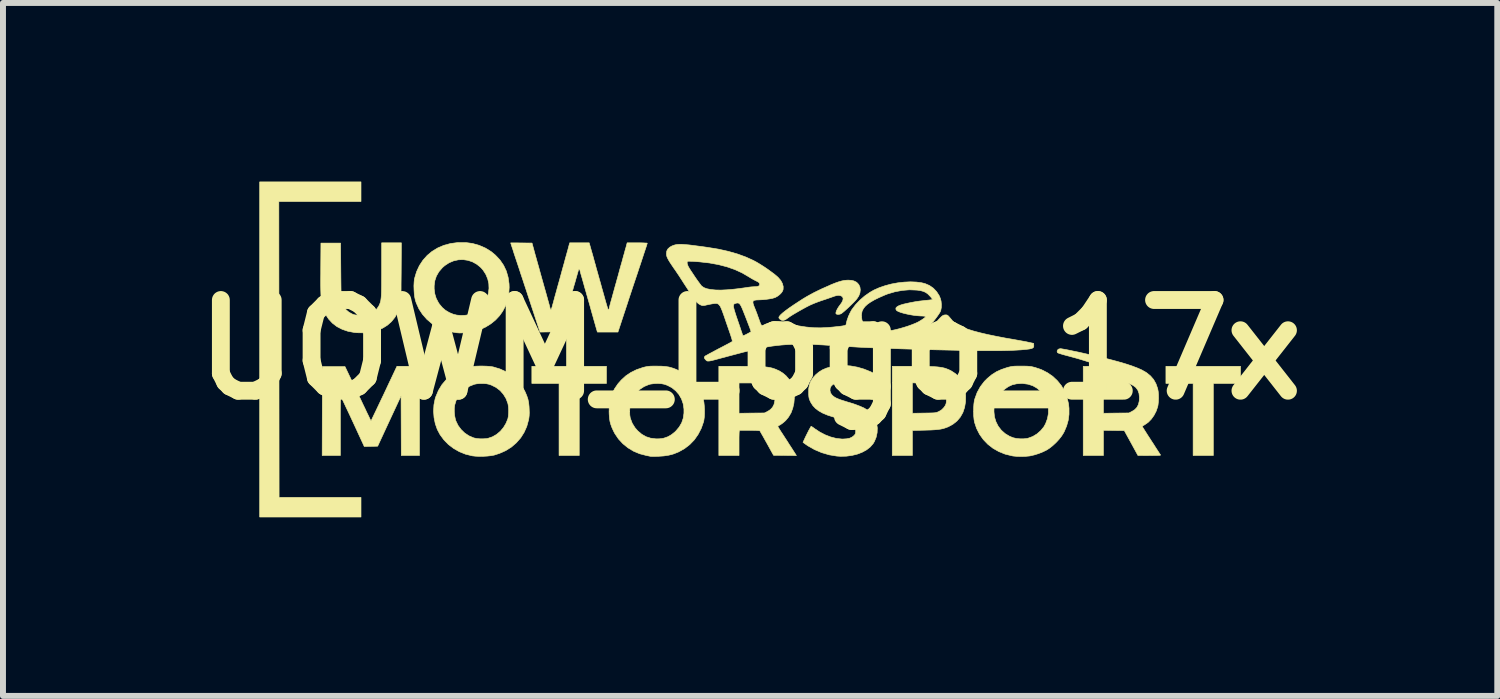
<source format=kicad_pcb>
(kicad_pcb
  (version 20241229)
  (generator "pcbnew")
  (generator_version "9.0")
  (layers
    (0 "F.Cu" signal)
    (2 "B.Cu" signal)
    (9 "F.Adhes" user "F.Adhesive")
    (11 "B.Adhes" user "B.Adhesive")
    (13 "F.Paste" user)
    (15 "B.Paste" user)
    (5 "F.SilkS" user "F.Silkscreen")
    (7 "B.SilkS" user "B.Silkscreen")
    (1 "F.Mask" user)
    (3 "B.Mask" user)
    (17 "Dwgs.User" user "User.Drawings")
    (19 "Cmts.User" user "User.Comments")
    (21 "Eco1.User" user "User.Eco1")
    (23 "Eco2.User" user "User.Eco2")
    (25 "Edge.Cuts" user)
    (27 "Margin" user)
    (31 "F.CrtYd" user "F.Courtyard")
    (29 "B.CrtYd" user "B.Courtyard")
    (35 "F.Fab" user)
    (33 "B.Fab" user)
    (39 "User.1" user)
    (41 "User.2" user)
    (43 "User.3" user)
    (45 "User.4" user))
  (footprint "UOWM_Logo_17x"
    (layer "F.Cu")
    (at 9.55 2.824)
    (property "Reference" "UOWM_Logo_17x" (at 0 0 0) (layer "F.SilkS") (effects (font (size 1.524 1.524) (thickness 0.3))))
    (attr through_hole)
    (fp_poly (pts (xy -2.413 0.567) (xy -2.87 0.567) (xy -2.87 1.778) (xy -3.209 1.778) (xy -3.209 0.567) (xy -3.666 0.567) (xy -3.666 0.279) (xy -2.413 0.279) (xy -2.413 0.567)) (stroke (width 0.01) (type solid)) (fill yes) (layer "F.SilkS"))
    (fp_poly (pts (xy 8.238 0.567) (xy 7.781 0.567) (xy 7.781 1.778) (xy 7.442 1.778) (xy 7.442 0.567) (xy 6.985 0.567) (xy 6.985 0.279) (xy 8.238 0.279) (xy 8.238 0.567)) (stroke (width 0.01) (type solid)) (fill yes) (layer "F.SilkS"))
    (fp_poly (pts (xy -6.536 -2.489) (xy -7.226 -2.489) (xy -7.916 -2.489) (xy -7.914 -0.004) (xy -7.912 2.481) (xy -7.224 2.481) (xy -6.536 2.481) (xy -6.536 2.646) (xy -6.536 2.811) (xy -8.238 2.811) (xy -8.238 -2.819) (xy -6.536 -2.819) (xy -6.536 -2.489)) (stroke (width 0.01) (type solid)) (fill yes) (layer "F.SilkS"))
    (fp_poly (pts (xy -5.554 1.778) (xy -5.859 1.778) (xy -5.861 1.277) (xy -5.863 0.775) (xy -6.06 1.198) (xy -6.256 1.621) (xy -6.369 1.624) (xy -6.481 1.626) (xy -6.521 1.539) (xy -6.564 1.446) (xy -6.606 1.355) (xy -6.647 1.266) (xy -6.687 1.18) (xy -6.724 1.1) (xy -6.759 1.026) (xy -6.791 0.959) (xy -6.818 0.901) (xy -6.841 0.853) (xy -6.858 0.817) (xy -6.87 0.793) (xy -6.875 0.784) (xy -6.875 0.784) (xy -6.877 0.79) (xy -6.879 0.813) (xy -6.88 0.852) (xy -6.881 0.906) (xy -6.882 0.974) (xy -6.883 1.057) (xy -6.883 1.153) (xy -6.883 1.263) (xy -6.883 1.277) (xy -6.883 1.778) (xy -7.188 1.778) (xy -7.184 0.284) (xy -6.805 0.284) (xy -6.607 0.699) (xy -6.569 0.778) (xy -6.533 0.854) (xy -6.499 0.926) (xy -6.468 0.99) (xy -6.442 1.046) (xy -6.419 1.093) (xy -6.402 1.128) (xy -6.392 1.15) (xy -6.389 1.156) (xy -6.368 1.198) (xy -6.309 1.075) (xy -6.272 0.998) (xy -6.236 0.922) (xy -6.199 0.844) (xy -6.159 0.761) (xy -6.116 0.67) (xy -6.069 0.569) (xy -6.037 0.502) (xy -5.932 0.279) (xy -5.554 0.279) (xy -5.554 1.778)) (stroke (width 0.01) (type solid)) (fill yes) (layer "F.SilkS"))
    (fp_poly (pts (xy 2.745 0.279) (xy 2.852 0.28) (xy 2.944 0.281) (xy 3.022 0.282) (xy 3.088 0.285) (xy 3.145 0.289) (xy 3.193 0.295) (xy 3.235 0.302) (xy 3.272 0.311) (xy 3.305 0.323) (xy 3.338 0.336) (xy 3.371 0.352) (xy 3.38 0.357) (xy 3.453 0.405) (xy 3.513 0.462) (xy 3.56 0.53) (xy 3.594 0.609) (xy 3.615 0.698) (xy 3.621 0.77) (xy 3.619 0.875) (xy 3.603 0.97) (xy 3.574 1.056) (xy 3.531 1.132) (xy 3.476 1.197) (xy 3.407 1.252) (xy 3.327 1.296) (xy 3.31 1.302) (xy 3.275 1.315) (xy 3.239 1.326) (xy 3.201 1.334) (xy 3.156 1.34) (xy 3.104 1.345) (xy 3.041 1.349) (xy 2.965 1.351) (xy 2.936 1.352) (xy 2.726 1.357) (xy 2.726 1.778) (xy 2.388 1.778) (xy 2.388 1.068) (xy 2.726 1.068) (xy 2.923 1.065) (xy 2.986 1.064) (xy 3.035 1.063) (xy 3.071 1.062) (xy 3.099 1.06) (xy 3.119 1.057) (xy 3.135 1.053) (xy 3.15 1.048) (xy 3.165 1.041) (xy 3.167 1.041) (xy 3.218 1.01) (xy 3.257 0.97) (xy 3.28 0.936) (xy 3.288 0.917) (xy 3.294 0.897) (xy 3.297 0.87) (xy 3.298 0.833) (xy 3.298 0.813) (xy 3.296 0.758) (xy 3.289 0.716) (xy 3.276 0.682) (xy 3.255 0.652) (xy 3.224 0.623) (xy 3.202 0.606) (xy 3.18 0.592) (xy 3.156 0.582) (xy 3.126 0.574) (xy 3.088 0.569) (xy 3.041 0.565) (xy 2.982 0.562) (xy 2.915 0.561) (xy 2.726 0.557) (xy 2.726 1.068) (xy 2.388 1.068) (xy 2.388 0.279) (xy 2.745 0.279)) (stroke (width 0.01) (type solid)) (fill yes) (layer "F.SilkS"))
    (fp_poly (pts (xy 1.702 -1.165) (xy 1.744 -1.155) (xy 1.781 -1.137) (xy 1.793 -1.129) (xy 1.825 -1.095) (xy 1.845 -1.052) (xy 1.851 -1.005) (xy 1.845 -0.953) (xy 1.825 -0.902) (xy 1.796 -0.858) (xy 1.772 -0.829) (xy 1.738 -0.793) (xy 1.698 -0.754) (xy 1.656 -0.713) (xy 1.614 -0.675) (xy 1.576 -0.641) (xy 1.545 -0.616) (xy 1.533 -0.607) (xy 1.51 -0.597) (xy 1.484 -0.593) (xy 1.461 -0.594) (xy 1.445 -0.602) (xy 1.442 -0.606) (xy 1.442 -0.625) (xy 1.451 -0.654) (xy 1.468 -0.688) (xy 1.49 -0.723) (xy 1.505 -0.743) (xy 1.539 -0.79) (xy 1.558 -0.829) (xy 1.563 -0.861) (xy 1.553 -0.886) (xy 1.533 -0.902) (xy 1.51 -0.91) (xy 1.486 -0.913) (xy 1.457 -0.91) (xy 1.419 -0.9) (xy 1.374 -0.884) (xy 1.331 -0.869) (xy 1.279 -0.851) (xy 1.225 -0.833) (xy 1.189 -0.821) (xy 1.139 -0.803) (xy 1.084 -0.782) (xy 1.032 -0.76) (xy 1.001 -0.746) (xy 0.948 -0.719) (xy 0.891 -0.688) (xy 0.832 -0.655) (xy 0.775 -0.622) (xy 0.722 -0.591) (xy 0.676 -0.562) (xy 0.642 -0.538) (xy 0.628 -0.528) (xy 0.594 -0.504) (xy 0.564 -0.493) (xy 0.537 -0.493) (xy 0.525 -0.497) (xy 0.503 -0.51) (xy 0.487 -0.528) (xy 0.483 -0.542) (xy 0.49 -0.559) (xy 0.512 -0.585) (xy 0.547 -0.617) (xy 0.595 -0.655) (xy 0.656 -0.7) (xy 0.728 -0.749) (xy 0.735 -0.754) (xy 0.816 -0.807) (xy 0.887 -0.853) (xy 0.952 -0.892) (xy 1.015 -0.927) (xy 1.078 -0.961) (xy 1.146 -0.994) (xy 1.2 -1.02) (xy 1.29 -1.06) (xy 1.366 -1.094) (xy 1.431 -1.12) (xy 1.488 -1.14) (xy 1.537 -1.154) (xy 1.58 -1.163) (xy 1.62 -1.167) (xy 1.649 -1.168) (xy 1.702 -1.165)) (stroke (width 0.01) (type solid)) (fill yes) (layer "F.SilkS"))
    (fp_poly (pts (xy -5.861 -1.293) (xy -5.862 -1.188) (xy -5.863 -1.098) (xy -5.863 -1.023) (xy -5.864 -0.959) (xy -5.865 -0.908) (xy -5.866 -0.866) (xy -5.868 -0.832) (xy -5.869 -0.805) (xy -5.871 -0.784) (xy -5.874 -0.766) (xy -5.876 -0.752) (xy -5.88 -0.738) (xy -5.882 -0.731) (xy -5.918 -0.632) (xy -5.965 -0.546) (xy -6.025 -0.471) (xy -6.096 -0.409) (xy -6.178 -0.359) (xy -6.269 -0.322) (xy -6.377 -0.295) (xy -6.486 -0.283) (xy -6.6 -0.285) (xy -6.646 -0.289) (xy -6.754 -0.309) (xy -6.851 -0.342) (xy -6.939 -0.387) (xy -7.015 -0.445) (xy -7.08 -0.515) (xy -7.133 -0.596) (xy -7.173 -0.688) (xy -7.174 -0.691) (xy -7.183 -0.718) (xy -7.19 -0.745) (xy -7.196 -0.776) (xy -7.201 -0.809) (xy -7.205 -0.849) (xy -7.208 -0.895) (xy -7.21 -0.949) (xy -7.212 -1.014) (xy -7.213 -1.09) (xy -7.213 -1.179) (xy -7.212 -1.282) (xy -7.212 -1.355) (xy -7.209 -1.791) (xy -6.879 -1.791) (xy -6.875 -1.304) (xy -6.874 -1.199) (xy -6.873 -1.109) (xy -6.872 -1.033) (xy -6.871 -0.97) (xy -6.87 -0.918) (xy -6.868 -0.876) (xy -6.865 -0.842) (xy -6.862 -0.815) (xy -6.858 -0.793) (xy -6.853 -0.776) (xy -6.847 -0.76) (xy -6.839 -0.746) (xy -6.83 -0.731) (xy -6.82 -0.715) (xy -6.783 -0.667) (xy -6.739 -0.63) (xy -6.689 -0.602) (xy -6.668 -0.593) (xy -6.649 -0.587) (xy -6.627 -0.583) (xy -6.598 -0.581) (xy -6.559 -0.58) (xy -6.532 -0.58) (xy -6.486 -0.58) (xy -6.453 -0.581) (xy -6.429 -0.584) (xy -6.409 -0.588) (xy -6.39 -0.596) (xy -6.374 -0.603) (xy -6.315 -0.641) (xy -6.266 -0.69) (xy -6.235 -0.737) (xy -6.226 -0.757) (xy -6.218 -0.776) (xy -6.211 -0.796) (xy -6.205 -0.818) (xy -6.201 -0.845) (xy -6.197 -0.877) (xy -6.194 -0.916) (xy -6.192 -0.963) (xy -6.191 -1.021) (xy -6.19 -1.09) (xy -6.19 -1.171) (xy -6.189 -1.267) (xy -6.189 -1.344) (xy -6.189 -1.795) (xy -5.858 -1.795) (xy -5.861 -1.293)) (stroke (width 0.01) (type solid)) (fill yes) (layer "F.SilkS"))
    (fp_poly (pts (xy -4.778 -1.8) (xy -4.662 -1.784) (xy -4.55 -1.752) (xy -4.446 -1.707) (xy -4.349 -1.647) (xy -4.278 -1.588) (xy -4.202 -1.507) (xy -4.141 -1.418) (xy -4.095 -1.321) (xy -4.065 -1.217) (xy -4.049 -1.106) (xy -4.047 -1.047) (xy -4.054 -0.935) (xy -4.074 -0.832) (xy -4.108 -0.736) (xy -4.157 -0.644) (xy -4.208 -0.572) (xy -4.275 -0.5) (xy -4.355 -0.435) (xy -4.444 -0.38) (xy -4.539 -0.337) (xy -4.606 -0.315) (xy -4.7 -0.294) (xy -4.793 -0.283) (xy -4.882 -0.281) (xy -4.932 -0.285) (xy -5.047 -0.305) (xy -5.15 -0.334) (xy -5.243 -0.375) (xy -5.329 -0.427) (xy -5.342 -0.436) (xy -5.429 -0.51) (xy -5.503 -0.594) (xy -5.563 -0.686) (xy -5.608 -0.786) (xy -5.623 -0.831) (xy -5.633 -0.88) (xy -5.641 -0.939) (xy -5.645 -1.005) (xy -5.647 -1.071) (xy -5.647 -1.073) (xy -5.307 -1.073) (xy -5.307 -1.021) (xy -5.296 -0.937) (xy -5.273 -0.862) (xy -5.236 -0.791) (xy -5.22 -0.767) (xy -5.171 -0.708) (xy -5.116 -0.661) (xy -5.052 -0.623) (xy -4.987 -0.596) (xy -4.928 -0.581) (xy -4.861 -0.575) (xy -4.792 -0.577) (xy -4.728 -0.587) (xy -4.697 -0.596) (xy -4.619 -0.632) (xy -4.552 -0.68) (xy -4.495 -0.737) (xy -4.45 -0.803) (xy -4.416 -0.875) (xy -4.395 -0.951) (xy -4.386 -1.03) (xy -4.389 -1.109) (xy -4.407 -1.188) (xy -4.438 -1.263) (xy -4.483 -1.334) (xy -4.522 -1.379) (xy -4.589 -1.434) (xy -4.662 -1.475) (xy -4.739 -1.501) (xy -4.82 -1.513) (xy -4.901 -1.51) (xy -4.981 -1.492) (xy -5.057 -1.46) (xy -5.129 -1.413) (xy -5.17 -1.377) (xy -5.228 -1.309) (xy -5.27 -1.236) (xy -5.296 -1.158) (xy -5.307 -1.073) (xy -5.647 -1.073) (xy -5.644 -1.133) (xy -5.639 -1.185) (xy -5.635 -1.201) (xy -5.602 -1.311) (xy -5.555 -1.412) (xy -5.495 -1.503) (xy -5.424 -1.583) (xy -5.341 -1.652) (xy -5.247 -1.709) (xy -5.144 -1.753) (xy -5.033 -1.783) (xy -4.913 -1.799) (xy -4.899 -1.8) (xy -4.778 -1.8)) (stroke (width 0.01) (type solid)) (fill yes) (layer "F.SilkS"))
    (fp_poly (pts (xy -0.159 0.279) (xy -0.056 0.28) (xy 0.032 0.28) (xy 0.106 0.281) (xy 0.168 0.283) (xy 0.221 0.286) (xy 0.266 0.29) (xy 0.304 0.295) (xy 0.337 0.301) (xy 0.368 0.308) (xy 0.398 0.318) (xy 0.417 0.324) (xy 0.49 0.356) (xy 0.552 0.395) (xy 0.604 0.439) (xy 0.655 0.499) (xy 0.694 0.569) (xy 0.722 0.646) (xy 0.738 0.728) (xy 0.743 0.813) (xy 0.736 0.898) (xy 0.717 0.981) (xy 0.688 1.06) (xy 0.646 1.131) (xy 0.598 1.189) (xy 0.568 1.216) (xy 0.537 1.241) (xy 0.51 1.259) (xy 0.506 1.262) (xy 0.483 1.274) (xy 0.469 1.285) (xy 0.466 1.289) (xy 0.47 1.298) (xy 0.482 1.318) (xy 0.5 1.347) (xy 0.522 1.382) (xy 0.531 1.395) (xy 0.557 1.435) (xy 0.59 1.486) (xy 0.626 1.541) (xy 0.661 1.597) (xy 0.687 1.636) (xy 0.778 1.778) (xy 0.586 1.776) (xy 0.394 1.774) (xy 0.282 1.571) (xy 0.252 1.518) (xy 0.225 1.469) (xy 0.201 1.427) (xy 0.182 1.394) (xy 0.169 1.371) (xy 0.163 1.362) (xy 0.163 1.362) (xy 0.153 1.36) (xy 0.128 1.358) (xy 0.092 1.356) (xy 0.047 1.355) (xy -0.004 1.354) (xy -0.058 1.354) (xy -0.114 1.354) (xy -0.168 1.354) (xy -0.176 1.354) (xy -0.179 1.358) (xy -0.182 1.371) (xy -0.184 1.393) (xy -0.185 1.428) (xy -0.186 1.475) (xy -0.186 1.537) (xy -0.186 1.566) (xy -0.186 1.778) (xy -0.525 1.778) (xy -0.525 0.559) (xy -0.186 0.559) (xy -0.186 1.068) (xy 0.028 1.065) (xy 0.241 1.063) (xy 0.29 1.039) (xy 0.34 1.007) (xy 0.377 0.968) (xy 0.402 0.92) (xy 0.415 0.861) (xy 0.418 0.8) (xy 0.412 0.735) (xy 0.394 0.682) (xy 0.364 0.639) (xy 0.321 0.606) (xy 0.305 0.597) (xy 0.278 0.585) (xy 0.248 0.576) (xy 0.212 0.569) (xy 0.169 0.564) (xy 0.115 0.561) (xy 0.049 0.559) (xy -0.01 0.559) (xy -0.186 0.559) (xy -0.525 0.559) (xy -0.525 0.279) (xy -0.159 0.279)) (stroke (width 0.01) (type solid)) (fill yes) (layer "F.SilkS"))
    (fp_poly (pts (xy -4.487 0.275) (xy -4.427 0.277) (xy -4.373 0.281) (xy -4.329 0.287) (xy -4.314 0.29) (xy -4.199 0.325) (xy -4.094 0.374) (xy -4 0.434) (xy -3.918 0.507) (xy -3.847 0.591) (xy -3.79 0.686) (xy -3.777 0.713) (xy -3.751 0.774) (xy -3.732 0.831) (xy -3.72 0.89) (xy -3.713 0.956) (xy -3.711 1) (xy -3.709 1.059) (xy -3.711 1.107) (xy -3.716 1.15) (xy -3.721 1.178) (xy -3.751 1.288) (xy -3.796 1.389) (xy -3.854 1.481) (xy -3.926 1.563) (xy -4.009 1.635) (xy -4.104 1.695) (xy -4.21 1.742) (xy -4.3 1.771) (xy -4.35 1.78) (xy -4.412 1.787) (xy -4.48 1.791) (xy -4.549 1.792) (xy -4.613 1.789) (xy -4.668 1.783) (xy -4.671 1.782) (xy -4.781 1.755) (xy -4.885 1.713) (xy -4.981 1.658) (xy -5.068 1.592) (xy -5.144 1.514) (xy -5.208 1.427) (xy -5.254 1.341) (xy -5.288 1.244) (xy -5.309 1.14) (xy -5.316 1.046) (xy -4.969 1.046) (xy -4.963 1.109) (xy -4.951 1.167) (xy -4.943 1.195) (xy -4.906 1.272) (xy -4.855 1.341) (xy -4.794 1.4) (xy -4.723 1.447) (xy -4.646 1.48) (xy -4.636 1.483) (xy -4.592 1.492) (xy -4.538 1.497) (xy -4.482 1.497) (xy -4.431 1.494) (xy -4.403 1.489) (xy -4.329 1.464) (xy -4.259 1.424) (xy -4.196 1.371) (xy -4.142 1.307) (xy -4.099 1.235) (xy -4.069 1.161) (xy -4.061 1.12) (xy -4.057 1.069) (xy -4.056 1.014) (xy -4.059 0.961) (xy -4.066 0.915) (xy -4.068 0.906) (xy -4.098 0.824) (xy -4.143 0.75) (xy -4.199 0.686) (xy -4.267 0.634) (xy -4.345 0.595) (xy -4.385 0.581) (xy -4.429 0.572) (xy -4.483 0.568) (xy -4.539 0.568) (xy -4.592 0.573) (xy -4.632 0.581) (xy -4.712 0.613) (xy -4.785 0.658) (xy -4.848 0.715) (xy -4.9 0.781) (xy -4.939 0.855) (xy -4.962 0.93) (xy -4.969 0.984) (xy -4.969 1.046) (xy -5.316 1.046) (xy -5.317 1.033) (xy -5.311 0.927) (xy -5.291 0.826) (xy -5.279 0.789) (xy -5.235 0.685) (xy -5.178 0.59) (xy -5.108 0.507) (xy -5.026 0.435) (xy -4.933 0.374) (xy -4.828 0.326) (xy -4.714 0.291) (xy -4.695 0.287) (xy -4.656 0.281) (xy -4.606 0.277) (xy -4.548 0.275) (xy -4.487 0.275)) (stroke (width 0.01) (type solid)) (fill yes) (layer "F.SilkS"))
    (fp_poly (pts (xy 4.555 0.276) (xy 4.612 0.276) (xy 4.655 0.277) (xy 4.689 0.28) (xy 4.719 0.283) (xy 4.747 0.289) (xy 4.779 0.297) (xy 4.785 0.298) (xy 4.895 0.336) (xy 4.995 0.387) (xy 5.085 0.449) (xy 5.163 0.523) (xy 5.23 0.606) (xy 5.283 0.699) (xy 5.323 0.799) (xy 5.348 0.905) (xy 5.357 0.983) (xy 5.357 1.087) (xy 5.344 1.185) (xy 5.317 1.281) (xy 5.276 1.378) (xy 5.264 1.4) (xy 5.232 1.451) (xy 5.189 1.506) (xy 5.138 1.561) (xy 5.083 1.612) (xy 5.027 1.656) (xy 4.984 1.684) (xy 4.919 1.716) (xy 4.846 1.745) (xy 4.772 1.768) (xy 4.703 1.784) (xy 4.688 1.786) (xy 4.623 1.792) (xy 4.551 1.794) (xy 4.481 1.792) (xy 4.417 1.786) (xy 4.397 1.782) (xy 4.283 1.754) (xy 4.177 1.711) (xy 4.08 1.656) (xy 3.994 1.589) (xy 3.918 1.51) (xy 3.855 1.422) (xy 3.805 1.324) (xy 3.771 1.223) (xy 3.762 1.174) (xy 3.756 1.114) (xy 3.754 1.047) (xy 3.754 1.041) (xy 4.096 1.041) (xy 4.105 1.129) (xy 4.13 1.211) (xy 4.168 1.286) (xy 4.22 1.353) (xy 4.284 1.41) (xy 4.359 1.455) (xy 4.419 1.479) (xy 4.472 1.491) (xy 4.533 1.497) (xy 4.596 1.497) (xy 4.653 1.491) (xy 4.672 1.486) (xy 4.748 1.458) (xy 4.819 1.415) (xy 4.882 1.36) (xy 4.934 1.297) (xy 4.964 1.243) (xy 4.995 1.159) (xy 5.011 1.073) (xy 5.011 0.985) (xy 4.995 0.9) (xy 4.964 0.818) (xy 4.939 0.772) (xy 4.885 0.703) (xy 4.822 0.648) (xy 4.75 0.606) (xy 4.67 0.58) (xy 4.583 0.568) (xy 4.56 0.567) (xy 4.476 0.573) (xy 4.403 0.59) (xy 4.336 0.621) (xy 4.273 0.666) (xy 4.233 0.703) (xy 4.176 0.767) (xy 4.136 0.835) (xy 4.109 0.909) (xy 4.097 0.99) (xy 4.096 1.041) (xy 3.754 1.041) (xy 3.755 0.978) (xy 3.759 0.913) (xy 3.767 0.856) (xy 3.775 0.826) (xy 3.814 0.719) (xy 3.868 0.621) (xy 3.936 0.532) (xy 3.988 0.48) (xy 4.062 0.419) (xy 4.141 0.369) (xy 4.23 0.329) (xy 4.325 0.298) (xy 4.357 0.29) (xy 4.384 0.284) (xy 4.412 0.28) (xy 4.443 0.277) (xy 4.481 0.276) (xy 4.531 0.276) (xy 4.555 0.276)) (stroke (width 0.01) (type solid)) (fill yes) (layer "F.SilkS"))
    (fp_poly (pts (xy 5.231 -0.015) (xy 5.265 -0.009) (xy 5.312 -0.001) (xy 5.37 0.011) (xy 5.436 0.025) (xy 5.511 0.04) (xy 5.59 0.058) (xy 5.674 0.077) (xy 5.759 0.096) (xy 5.844 0.116) (xy 5.927 0.136) (xy 6.007 0.155) (xy 6.032 0.161) (xy 6.178 0.2) (xy 6.308 0.238) (xy 6.42 0.275) (xy 6.516 0.312) (xy 6.579 0.34) (xy 6.659 0.386) (xy 6.725 0.44) (xy 6.778 0.501) (xy 6.818 0.573) (xy 6.846 0.653) (xy 6.855 0.699) (xy 6.86 0.756) (xy 6.861 0.817) (xy 6.858 0.878) (xy 6.852 0.932) (xy 6.847 0.957) (xy 6.821 1.033) (xy 6.784 1.104) (xy 6.739 1.167) (xy 6.687 1.22) (xy 6.631 1.259) (xy 6.627 1.262) (xy 6.605 1.274) (xy 6.59 1.284) (xy 6.587 1.288) (xy 6.591 1.297) (xy 6.604 1.317) (xy 6.623 1.348) (xy 6.648 1.387) (xy 6.677 1.433) (xy 6.707 1.479) (xy 6.741 1.532) (xy 6.774 1.582) (xy 6.803 1.628) (xy 6.828 1.667) (xy 6.847 1.696) (xy 6.856 1.71) (xy 6.873 1.736) (xy 6.887 1.757) (xy 6.894 1.767) (xy 6.894 1.771) (xy 6.885 1.774) (xy 6.867 1.775) (xy 6.837 1.777) (xy 6.794 1.777) (xy 6.736 1.778) (xy 6.709 1.778) (xy 6.515 1.777) (xy 6.401 1.568) (xy 6.286 1.359) (xy 6.111 1.357) (xy 5.935 1.354) (xy 5.935 1.778) (xy 5.596 1.778) (xy 5.596 1.068) (xy 5.935 1.068) (xy 6.149 1.065) (xy 6.363 1.063) (xy 6.411 1.039) (xy 6.461 1.008) (xy 6.498 0.969) (xy 6.523 0.921) (xy 6.537 0.862) (xy 6.54 0.8) (xy 6.533 0.735) (xy 6.513 0.68) (xy 6.48 0.635) (xy 6.433 0.6) (xy 6.395 0.581) (xy 6.381 0.576) (xy 6.365 0.571) (xy 6.345 0.568) (xy 6.319 0.566) (xy 6.284 0.564) (xy 6.239 0.562) (xy 6.18 0.561) (xy 6.145 0.561) (xy 5.935 0.557) (xy 5.935 1.068) (xy 5.596 1.068) (xy 5.596 0.28) (xy 5.897 0.275) (xy 5.766 0.231) (xy 5.632 0.188) (xy 5.504 0.149) (xy 5.372 0.113) (xy 5.301 0.094) (xy 5.256 0.082) (xy 5.217 0.07) (xy 5.186 0.06) (xy 5.168 0.052) (xy 5.163 0.049) (xy 5.157 0.026) (xy 5.165 0.005) (xy 5.184 -0.011) (xy 5.211 -0.017) (xy 5.212 -0.017) (xy 5.231 -0.015)) (stroke (width 0.01) (type solid)) (fill yes) (layer "F.SilkS"))
    (fp_poly (pts (xy -1.491 0.277) (xy -1.424 0.282) (xy -1.364 0.291) (xy -1.307 0.307) (xy -1.249 0.328) (xy -1.19 0.355) (xy -1.091 0.41) (xy -1.004 0.478) (xy -0.928 0.558) (xy -0.865 0.647) (xy -0.816 0.745) (xy -0.786 0.834) (xy -0.776 0.882) (xy -0.77 0.94) (xy -0.766 1.004) (xy -0.766 1.069) (xy -0.769 1.131) (xy -0.776 1.183) (xy -0.781 1.209) (xy -0.82 1.32) (xy -0.872 1.421) (xy -0.936 1.513) (xy -1.013 1.593) (xy -1.101 1.661) (xy -1.199 1.716) (xy -1.208 1.72) (xy -1.286 1.751) (xy -1.365 1.772) (xy -1.45 1.785) (xy -1.541 1.791) (xy -1.586 1.792) (xy -1.626 1.792) (xy -1.658 1.792) (xy -1.677 1.791) (xy -1.681 1.79) (xy -1.698 1.786) (xy -1.725 1.781) (xy -1.744 1.777) (xy -1.855 1.748) (xy -1.958 1.705) (xy -2.052 1.648) (xy -2.137 1.579) (xy -2.211 1.499) (xy -2.272 1.409) (xy -2.294 1.367) (xy -2.321 1.308) (xy -2.34 1.256) (xy -2.354 1.204) (xy -2.362 1.149) (xy -2.367 1.084) (xy -2.368 1.058) (xy -2.368 1.037) (xy -2.023 1.037) (xy -2.021 1.097) (xy -2.013 1.148) (xy -2.011 1.154) (xy -1.98 1.236) (xy -1.934 1.31) (xy -1.888 1.363) (xy -1.821 1.42) (xy -1.75 1.461) (xy -1.673 1.486) (xy -1.588 1.497) (xy -1.566 1.498) (xy -1.526 1.497) (xy -1.485 1.493) (xy -1.452 1.487) (xy -1.449 1.486) (xy -1.38 1.462) (xy -1.319 1.427) (xy -1.26 1.379) (xy -1.247 1.366) (xy -1.191 1.3) (xy -1.149 1.228) (xy -1.123 1.151) (xy -1.111 1.066) (xy -1.111 0.997) (xy -1.124 0.909) (xy -1.152 0.828) (xy -1.193 0.755) (xy -1.248 0.692) (xy -1.313 0.639) (xy -1.389 0.599) (xy -1.439 0.581) (xy -1.49 0.571) (xy -1.551 0.567) (xy -1.614 0.57) (xy -1.673 0.578) (xy -1.699 0.585) (xy -1.779 0.618) (xy -1.851 0.665) (xy -1.913 0.724) (xy -1.964 0.792) (xy -2 0.868) (xy -2.012 0.916) (xy -2.02 0.975) (xy -2.023 1.037) (xy -2.368 1.037) (xy -2.366 0.945) (xy -2.351 0.842) (xy -2.321 0.747) (xy -2.277 0.657) (xy -2.218 0.571) (xy -2.164 0.51) (xy -2.088 0.44) (xy -2.003 0.383) (xy -1.908 0.336) (xy -1.8 0.299) (xy -1.796 0.298) (xy -1.764 0.29) (xy -1.735 0.284) (xy -1.707 0.28) (xy -1.674 0.277) (xy -1.633 0.276) (xy -1.58 0.276) (xy -1.571 0.276) (xy -1.491 0.277)) (stroke (width 0.01) (type solid)) (fill yes) (layer "F.SilkS"))
    (fp_poly (pts (xy 1.688 0.273) (xy 1.8 0.293) (xy 1.911 0.325) (xy 2.016 0.367) (xy 2.03 0.373) (xy 2.065 0.391) (xy 2.094 0.407) (xy 2.114 0.42) (xy 2.122 0.427) (xy 2.119 0.436) (xy 2.111 0.458) (xy 2.099 0.49) (xy 2.083 0.527) (xy 2.065 0.567) (xy 2.047 0.607) (xy 2.03 0.644) (xy 2.016 0.674) (xy 2.005 0.695) (xy 2.001 0.702) (xy 1.993 0.7) (xy 1.974 0.691) (xy 1.947 0.678) (xy 1.941 0.675) (xy 1.851 0.632) (xy 1.763 0.598) (xy 1.679 0.574) (xy 1.6 0.559) (xy 1.527 0.554) (xy 1.464 0.56) (xy 1.411 0.575) (xy 1.387 0.588) (xy 1.359 0.616) (xy 1.344 0.651) (xy 1.342 0.69) (xy 1.353 0.729) (xy 1.378 0.764) (xy 1.382 0.768) (xy 1.401 0.784) (xy 1.422 0.799) (xy 1.448 0.813) (xy 1.481 0.827) (xy 1.523 0.843) (xy 1.576 0.86) (xy 1.643 0.881) (xy 1.672 0.889) (xy 1.77 0.921) (xy 1.852 0.952) (xy 1.921 0.984) (xy 1.978 1.019) (xy 2.024 1.056) (xy 2.061 1.097) (xy 2.09 1.143) (xy 2.101 1.164) (xy 2.126 1.237) (xy 2.137 1.315) (xy 2.134 1.394) (xy 2.117 1.472) (xy 2.087 1.544) (xy 2.066 1.579) (xy 2.018 1.634) (xy 1.957 1.682) (xy 1.884 1.722) (xy 1.802 1.754) (xy 1.712 1.776) (xy 1.616 1.789) (xy 1.517 1.791) (xy 1.456 1.787) (xy 1.328 1.766) (xy 1.202 1.729) (xy 1.082 1.678) (xy 0.971 1.615) (xy 0.942 1.595) (xy 0.889 1.557) (xy 0.909 1.513) (xy 0.926 1.476) (xy 0.946 1.435) (xy 0.966 1.395) (xy 0.985 1.357) (xy 1.003 1.325) (xy 1.016 1.301) (xy 1.024 1.288) (xy 1.026 1.287) (xy 1.035 1.292) (xy 1.054 1.304) (xy 1.079 1.322) (xy 1.085 1.327) (xy 1.17 1.383) (xy 1.26 1.43) (xy 1.353 1.466) (xy 1.446 1.49) (xy 1.535 1.5) (xy 1.554 1.501) (xy 1.62 1.497) (xy 1.673 1.487) (xy 1.715 1.467) (xy 1.745 1.443) (xy 1.761 1.425) (xy 1.77 1.408) (xy 1.773 1.387) (xy 1.774 1.36) (xy 1.77 1.32) (xy 1.758 1.288) (xy 1.734 1.261) (xy 1.696 1.235) (xy 1.684 1.229) (xy 1.667 1.219) (xy 1.648 1.211) (xy 1.626 1.202) (xy 1.598 1.192) (xy 1.562 1.18) (xy 1.516 1.166) (xy 1.459 1.149) (xy 1.397 1.13) (xy 1.3 1.099) (xy 1.219 1.065) (xy 1.152 1.027) (xy 1.098 0.986) (xy 1.054 0.939) (xy 1.02 0.886) (xy 1.016 0.877) (xy 1.001 0.846) (xy 0.992 0.819) (xy 0.987 0.791) (xy 0.984 0.753) (xy 0.984 0.738) (xy 0.984 0.659) (xy 0.995 0.592) (xy 1.017 0.532) (xy 1.052 0.477) (xy 1.1 0.423) (xy 1.155 0.376) (xy 1.216 0.338) (xy 1.284 0.309) (xy 1.363 0.287) (xy 1.456 0.272) (xy 1.475 0.269) (xy 1.578 0.265) (xy 1.688 0.273)) (stroke (width 0.01) (type solid)) (fill yes) (layer "F.SilkS"))
    (fp_poly (pts (xy -2.663 -1.653) (xy -2.648 -1.602) (xy -2.634 -1.552) (xy -2.622 -1.507) (xy -2.612 -1.472) (xy -2.608 -1.456) (xy -2.6 -1.43) (xy -2.59 -1.391) (xy -2.577 -1.344) (xy -2.562 -1.292) (xy -2.55 -1.249) (xy -2.533 -1.188) (xy -2.513 -1.118) (xy -2.493 -1.044) (xy -2.473 -0.974) (xy -2.46 -0.928) (xy -2.44 -0.856) (xy -2.424 -0.799) (xy -2.411 -0.755) (xy -2.401 -0.722) (xy -2.394 -0.699) (xy -2.389 -0.684) (xy -2.385 -0.675) (xy -2.382 -0.67) (xy -2.38 -0.669) (xy -2.379 -0.669) (xy -2.371 -0.676) (xy -2.371 -0.68) (xy -2.368 -0.691) (xy -2.362 -0.716) (xy -2.353 -0.753) (xy -2.341 -0.798) (xy -2.326 -0.851) (xy -2.315 -0.89) (xy -2.298 -0.953) (xy -2.28 -1.018) (xy -2.263 -1.08) (xy -2.247 -1.135) (xy -2.235 -1.18) (xy -2.231 -1.194) (xy -2.22 -1.233) (xy -2.206 -1.284) (xy -2.19 -1.344) (xy -2.172 -1.409) (xy -2.153 -1.474) (xy -2.143 -1.511) (xy -2.127 -1.571) (xy -2.111 -1.626) (xy -2.098 -1.676) (xy -2.086 -1.716) (xy -2.078 -1.746) (xy -2.075 -1.759) (xy -2.065 -1.795) (xy -1.896 -1.795) (xy -1.845 -1.795) (xy -1.8 -1.794) (xy -1.763 -1.792) (xy -1.739 -1.791) (xy -1.728 -1.789) (xy -1.727 -1.789) (xy -1.73 -1.78) (xy -1.737 -1.756) (xy -1.749 -1.719) (xy -1.765 -1.671) (xy -1.784 -1.614) (xy -1.806 -1.547) (xy -1.83 -1.474) (xy -1.856 -1.396) (xy -1.863 -1.376) (xy -1.894 -1.281) (xy -1.929 -1.177) (xy -1.965 -1.07) (xy -2.001 -0.961) (xy -2.036 -0.856) (xy -2.068 -0.757) (xy -2.097 -0.669) (xy -2.109 -0.633) (xy -2.22 -0.296) (xy -2.565 -0.296) (xy -2.582 -0.353) (xy -2.598 -0.41) (xy -2.617 -0.476) (xy -2.636 -0.544) (xy -2.646 -0.58) (xy -2.651 -0.597) (xy -2.66 -0.629) (xy -2.672 -0.672) (xy -2.687 -0.727) (xy -2.705 -0.79) (xy -2.725 -0.859) (xy -2.746 -0.933) (xy -2.756 -0.969) (xy -2.778 -1.044) (xy -2.797 -1.113) (xy -2.815 -1.177) (xy -2.831 -1.232) (xy -2.844 -1.277) (xy -2.853 -1.311) (xy -2.858 -1.331) (xy -2.859 -1.336) (xy -2.867 -1.352) (xy -2.875 -1.352) (xy -2.882 -1.34) (xy -2.886 -1.328) (xy -2.893 -1.302) (xy -2.904 -1.265) (xy -2.917 -1.219) (xy -2.932 -1.166) (xy -2.942 -1.13) (xy -2.962 -1.063) (xy -2.983 -0.988) (xy -3.005 -0.913) (xy -3.025 -0.842) (xy -3.043 -0.782) (xy -3.045 -0.775) (xy -3.064 -0.71) (xy -3.085 -0.637) (xy -3.107 -0.562) (xy -3.127 -0.492) (xy -3.137 -0.457) (xy -3.181 -0.301) (xy -3.529 -0.296) (xy -3.619 -0.569) (xy -3.639 -0.631) (xy -3.664 -0.706) (xy -3.692 -0.792) (xy -3.723 -0.885) (xy -3.755 -0.984) (xy -3.789 -1.086) (xy -3.822 -1.187) (xy -3.855 -1.285) (xy -3.865 -1.317) (xy -3.893 -1.402) (xy -3.92 -1.483) (xy -3.945 -1.558) (xy -3.967 -1.624) (xy -3.985 -1.682) (xy -4.001 -1.729) (xy -4.012 -1.764) (xy -4.019 -1.786) (xy -4.022 -1.793) (xy -4.014 -1.794) (xy -3.991 -1.794) (xy -3.957 -1.794) (xy -3.912 -1.794) (xy -3.861 -1.793) (xy -3.842 -1.793) (xy -3.663 -1.791) (xy -3.653 -1.753) (xy -3.643 -1.717) (xy -3.631 -1.673) (xy -3.616 -1.617) (xy -3.597 -1.55) (xy -3.575 -1.471) (xy -3.549 -1.379) (xy -3.52 -1.273) (xy -3.486 -1.152) (xy -3.459 -1.056) (xy -3.437 -0.979) (xy -3.417 -0.907) (xy -3.399 -0.842) (xy -3.383 -0.785) (xy -3.37 -0.738) (xy -3.361 -0.702) (xy -3.355 -0.68) (xy -3.353 -0.673) (xy -3.346 -0.669) (xy -3.346 -0.669) (xy -3.341 -0.677) (xy -3.333 -0.697) (xy -3.323 -0.728) (xy -3.316 -0.756) (xy -3.306 -0.79) (xy -3.294 -0.836) (xy -3.279 -0.892) (xy -3.262 -0.952) (xy -3.245 -1.014) (xy -3.239 -1.037) (xy -3.203 -1.165) (xy -3.172 -1.278) (xy -3.145 -1.377) (xy -3.121 -1.462) (xy -3.102 -1.534) (xy -3.085 -1.594) (xy -3.071 -1.644) (xy -3.06 -1.684) (xy -3.052 -1.714) (xy -3.046 -1.737) (xy -3.042 -1.752) (xy -3.04 -1.759) (xy -3.03 -1.795) (xy -2.703 -1.795) (xy -2.663 -1.653)) (stroke (width 0.01) (type solid)) (fill yes) (layer "F.SilkS"))
    (fp_poly (pts (xy -1.138 -1.769) (xy -1.087 -1.765) (xy -1.027 -1.76) (xy -0.956 -1.751) (xy -0.871 -1.74) (xy -0.773 -1.727) (xy -0.711 -1.718) (xy -0.533 -1.689) (xy -0.367 -1.652) (xy -0.213 -1.608) (xy -0.073 -1.557) (xy 0.053 -1.5) (xy 0.109 -1.47) (xy 0.169 -1.434) (xy 0.232 -1.394) (xy 0.294 -1.352) (xy 0.353 -1.309) (xy 0.406 -1.27) (xy 0.449 -1.234) (xy 0.471 -1.214) (xy 0.514 -1.164) (xy 0.542 -1.113) (xy 0.556 -1.062) (xy 0.555 -1.014) (xy 0.547 -0.988) (xy 0.528 -0.958) (xy 0.497 -0.926) (xy 0.46 -0.898) (xy 0.42 -0.876) (xy 0.413 -0.874) (xy 0.377 -0.863) (xy 0.329 -0.854) (xy 0.273 -0.846) (xy 0.214 -0.84) (xy 0.156 -0.837) (xy 0.151 -0.837) (xy 0.104 -0.835) (xy 0.072 -0.83) (xy 0.053 -0.819) (xy 0.047 -0.8) (xy 0.051 -0.772) (xy 0.065 -0.731) (xy 0.074 -0.709) (xy 0.093 -0.662) (xy 0.114 -0.608) (xy 0.133 -0.554) (xy 0.143 -0.528) (xy 0.16 -0.479) (xy 0.173 -0.444) (xy 0.183 -0.422) (xy 0.193 -0.41) (xy 0.203 -0.406) (xy 0.217 -0.409) (xy 0.235 -0.417) (xy 0.247 -0.424) (xy 0.284 -0.438) (xy 0.327 -0.453) (xy 0.364 -0.463) (xy 0.399 -0.469) (xy 0.435 -0.471) (xy 0.475 -0.47) (xy 0.522 -0.464) (xy 0.578 -0.453) (xy 0.646 -0.438) (xy 0.672 -0.431) (xy 0.81 -0.401) (xy 0.939 -0.381) (xy 1.063 -0.369) (xy 1.186 -0.367) (xy 1.293 -0.372) (xy 1.346 -0.376) (xy 1.401 -0.381) (xy 1.455 -0.387) (xy 1.504 -0.392) (xy 1.547 -0.398) (xy 1.58 -0.404) (xy 1.601 -0.408) (xy 1.607 -0.411) (xy 1.611 -0.42) (xy 1.616 -0.441) (xy 1.618 -0.452) (xy 1.63 -0.498) (xy 1.65 -0.553) (xy 1.652 -0.559) (xy 1.871 -0.559) (xy 1.879 -0.498) (xy 1.901 -0.444) (xy 1.938 -0.398) (xy 1.987 -0.362) (xy 2.048 -0.335) (xy 2.101 -0.323) (xy 2.154 -0.317) (xy 2.216 -0.315) (xy 2.283 -0.316) (xy 2.347 -0.32) (xy 2.393 -0.326) (xy 2.451 -0.338) (xy 2.516 -0.355) (xy 2.586 -0.375) (xy 2.655 -0.397) (xy 2.721 -0.421) (xy 2.778 -0.444) (xy 2.823 -0.465) (xy 2.828 -0.468) (xy 2.862 -0.488) (xy 2.894 -0.508) (xy 2.922 -0.528) (xy 2.942 -0.545) (xy 2.951 -0.556) (xy 2.951 -0.558) (xy 2.942 -0.561) (xy 2.919 -0.564) (xy 2.888 -0.566) (xy 2.873 -0.566) (xy 2.818 -0.57) (xy 2.759 -0.576) (xy 2.697 -0.586) (xy 2.637 -0.598) (xy 2.582 -0.611) (xy 2.533 -0.625) (xy 2.494 -0.64) (xy 2.467 -0.654) (xy 2.46 -0.66) (xy 2.448 -0.682) (xy 2.451 -0.703) (xy 2.471 -0.723) (xy 2.498 -0.738) (xy 2.531 -0.751) (xy 2.578 -0.765) (xy 2.635 -0.778) (xy 2.701 -0.792) (xy 2.771 -0.805) (xy 2.844 -0.816) (xy 2.915 -0.824) (xy 2.925 -0.826) (xy 2.971 -0.83) (xy 3.01 -0.834) (xy 3.041 -0.838) (xy 3.059 -0.84) (xy 3.063 -0.84) (xy 3.063 -0.847) (xy 3.052 -0.863) (xy 3.034 -0.886) (xy 3.023 -0.898) (xy 2.988 -0.934) (xy 2.953 -0.96) (xy 2.915 -0.978) (xy 2.868 -0.991) (xy 2.81 -1) (xy 2.796 -1.001) (xy 2.678 -1.006) (xy 2.556 -0.996) (xy 2.433 -0.973) (xy 2.314 -0.938) (xy 2.265 -0.919) (xy 2.169 -0.877) (xy 2.089 -0.838) (xy 2.024 -0.8) (xy 1.971 -0.763) (xy 1.931 -0.726) (xy 1.902 -0.688) (xy 1.882 -0.648) (xy 1.881 -0.644) (xy 1.876 -0.62) (xy 1.872 -0.587) (xy 1.871 -0.559) (xy 1.652 -0.559) (xy 1.674 -0.608) (xy 1.7 -0.658) (xy 1.712 -0.677) (xy 1.771 -0.755) (xy 1.843 -0.831) (xy 1.924 -0.901) (xy 2.011 -0.962) (xy 2.079 -1.001) (xy 2.169 -1.041) (xy 2.268 -1.075) (xy 2.373 -1.103) (xy 2.481 -1.123) (xy 2.589 -1.135) (xy 2.693 -1.14) (xy 2.792 -1.136) (xy 2.882 -1.124) (xy 2.939 -1.11) (xy 3.013 -1.078) (xy 3.078 -1.033) (xy 3.133 -0.975) (xy 3.176 -0.908) (xy 3.194 -0.866) (xy 3.208 -0.816) (xy 3.213 -0.761) (xy 3.212 -0.708) (xy 3.203 -0.66) (xy 3.193 -0.635) (xy 3.174 -0.604) (xy 3.148 -0.566) (xy 3.118 -0.525) (xy 3.088 -0.486) (xy 3.06 -0.454) (xy 3.05 -0.443) (xy 3.034 -0.426) (xy 3.024 -0.414) (xy 3.023 -0.411) (xy 3.03 -0.412) (xy 3.048 -0.416) (xy 3.062 -0.421) (xy 3.102 -0.442) (xy 3.132 -0.468) (xy 3.17 -0.51) (xy 3.199 -0.541) (xy 3.221 -0.561) (xy 3.24 -0.575) (xy 3.256 -0.581) (xy 3.273 -0.584) (xy 3.28 -0.584) (xy 3.299 -0.584) (xy 3.313 -0.58) (xy 3.327 -0.57) (xy 3.343 -0.553) (xy 3.366 -0.526) (xy 3.4 -0.485) (xy 3.431 -0.455) (xy 3.463 -0.431) (xy 3.503 -0.408) (xy 3.518 -0.4) (xy 3.584 -0.371) (xy 3.665 -0.341) (xy 3.759 -0.312) (xy 3.869 -0.283) (xy 3.993 -0.254) (xy 4.134 -0.225) (xy 4.29 -0.195) (xy 4.413 -0.174) (xy 4.474 -0.163) (xy 4.534 -0.152) (xy 4.59 -0.142) (xy 4.639 -0.133) (xy 4.675 -0.125) (xy 4.68 -0.124) (xy 4.763 -0.106) (xy 4.765 -0.076) (xy 4.765 -0.055) (xy 4.76 -0.04) (xy 4.747 -0.028) (xy 4.725 -0.019) (xy 4.692 -0.012) (xy 4.645 -0.006) (xy 4.614 -0.003) (xy 4.55 0.003) (xy 4.48 0.007) (xy 4.404 0.011) (xy 4.32 0.014) (xy 4.228 0.016) (xy 4.126 0.017) (xy 4.013 0.017) (xy 3.889 0.017) (xy 3.753 0.015) (xy 3.603 0.013) (xy 3.439 0.009) (xy 3.26 0.005) (xy 3.082 0.001) (xy 2.914 -0.004) (xy 2.761 -0.008) (xy 2.622 -0.012) (xy 2.496 -0.016) (xy 2.38 -0.02) (xy 2.274 -0.023) (xy 2.176 -0.027) (xy 2.084 -0.031) (xy 1.996 -0.034) (xy 1.912 -0.038) (xy 1.83 -0.042) (xy 1.748 -0.047) (xy 1.665 -0.052) (xy 1.579 -0.057) (xy 1.488 -0.063) (xy 1.418 -0.068) (xy 1.314 -0.074) (xy 1.223 -0.08) (xy 1.145 -0.084) (xy 1.076 -0.088) (xy 1.014 -0.09) (xy 0.957 -0.092) (xy 0.901 -0.092) (xy 0.845 -0.092) (xy 0.786 -0.091) (xy 0.762 -0.091) (xy 0.679 -0.088) (xy 0.6 -0.084) (xy 0.523 -0.078) (xy 0.446 -0.07) (xy 0.367 -0.06) (xy 0.284 -0.046) (xy 0.197 -0.03) (xy 0.103 -0.01) (xy -0.000427 0.014) (xy -0.114 0.042) (xy -0.239 0.075) (xy -0.379 0.112) (xy -0.422 0.124) (xy -0.499 0.144) (xy -0.561 0.161) (xy -0.61 0.174) (xy -0.648 0.183) (xy -0.676 0.189) (xy -0.697 0.191) (xy -0.712 0.191) (xy -0.723 0.189) (xy -0.731 0.184) (xy -0.739 0.177) (xy -0.745 0.171) (xy -0.764 0.148) (xy -0.769 0.129) (xy -0.761 0.113) (xy -0.756 0.108) (xy -0.745 0.101) (xy -0.72 0.088) (xy -0.685 0.068) (xy -0.641 0.045) (xy -0.591 0.018) (xy -0.535 -0.012) (xy -0.525 -0.017) (xy -0.469 -0.046) (xy -0.418 -0.073) (xy -0.374 -0.096) (xy -0.339 -0.115) (xy -0.314 -0.129) (xy -0.302 -0.136) (xy -0.301 -0.137) (xy -0.299 -0.141) (xy -0.299 -0.149) (xy -0.302 -0.162) (xy -0.307 -0.183) (xy -0.316 -0.211) (xy -0.328 -0.249) (xy -0.345 -0.298) (xy -0.366 -0.359) (xy -0.392 -0.434) (xy -0.413 -0.495) (xy -0.436 -0.563) (xy -0.455 -0.616) (xy -0.47 -0.657) (xy -0.483 -0.688) (xy -0.493 -0.711) (xy -0.501 -0.728) (xy -0.502 -0.729) (xy -0.28 -0.729) (xy -0.275 -0.703) (xy -0.266 -0.668) (xy -0.252 -0.622) (xy -0.233 -0.563) (xy -0.208 -0.49) (xy -0.187 -0.429) (xy -0.168 -0.373) (xy -0.152 -0.324) (xy -0.138 -0.285) (xy -0.129 -0.256) (xy -0.123 -0.241) (xy -0.123 -0.239) (xy -0.116 -0.236) (xy -0.099 -0.241) (xy -0.07 -0.254) (xy -0.053 -0.263) (xy -0.023 -0.279) (xy 0.000182 -0.292) (xy 0.014 -0.3) (xy 0.016 -0.301) (xy 0.014 -0.31) (xy 0.006 -0.334) (xy -0.007 -0.372) (xy -0.027 -0.423) (xy -0.051 -0.486) (xy -0.08 -0.561) (xy -0.114 -0.647) (xy -0.136 -0.7) (xy -0.154 -0.738) (xy -0.171 -0.764) (xy -0.187 -0.779) (xy -0.205 -0.785) (xy -0.226 -0.783) (xy -0.237 -0.78) (xy -0.254 -0.775) (xy -0.267 -0.768) (xy -0.275 -0.76) (xy -0.28 -0.747) (xy -0.28 -0.729) (xy -0.502 -0.729) (xy -0.51 -0.741) (xy -0.518 -0.751) (xy -0.523 -0.756) (xy -0.536 -0.767) (xy -0.551 -0.774) (xy -0.57 -0.777) (xy -0.597 -0.776) (xy -0.633 -0.771) (xy -0.681 -0.762) (xy -0.742 -0.749) (xy -0.743 -0.748) (xy -0.774 -0.742) (xy -0.794 -0.741) (xy -0.812 -0.744) (xy -0.832 -0.752) (xy -0.862 -0.769) (xy -0.89 -0.792) (xy -0.895 -0.797) (xy -0.907 -0.812) (xy -0.927 -0.839) (xy -0.953 -0.876) (xy -0.983 -0.921) (xy -1.017 -0.97) (xy -1.052 -1.023) (xy -1.087 -1.077) (xy -1.121 -1.129) (xy -1.152 -1.178) (xy -1.159 -1.188) (xy -1.174 -1.212) (xy -1.196 -1.246) (xy -1.224 -1.287) (xy -1.254 -1.332) (xy -1.277 -1.364) (xy -1.317 -1.423) (xy -1.334 -1.449) (xy -1.057 -1.449) (xy -1.048 -1.419) (xy -1.037 -1.394) (xy -1.022 -1.369) (xy -1.001 -1.335) (xy -0.974 -1.295) (xy -0.945 -1.251) (xy -0.914 -1.205) (xy -0.884 -1.162) (xy -0.856 -1.124) (xy -0.833 -1.093) (xy -0.817 -1.072) (xy -0.812 -1.068) (xy -0.777 -1.043) (xy -0.727 -1.024) (xy -0.662 -1.011) (xy -0.583 -1.003) (xy -0.491 -1.001) (xy -0.388 -1.006) (xy -0.313 -1.012) (xy -0.257 -1.018) (xy -0.196 -1.025) (xy -0.137 -1.033) (xy -0.087 -1.04) (xy -0.08 -1.041) (xy -0.034 -1.048) (xy 0.012 -1.054) (xy 0.053 -1.057) (xy 0.078 -1.058) (xy 0.119 -1.061) (xy 0.146 -1.07) (xy 0.159 -1.086) (xy 0.161 -1.099) (xy 0.158 -1.115) (xy 0.148 -1.128) (xy 0.128 -1.142) (xy 0.097 -1.157) (xy 0.066 -1.173) (xy 0.028 -1.194) (xy -0.01 -1.217) (xy -0.021 -1.224) (xy -0.134 -1.29) (xy -0.256 -1.346) (xy -0.388 -1.392) (xy -0.53 -1.429) (xy -0.684 -1.457) (xy -0.852 -1.476) (xy -0.918 -1.481) (xy -0.961 -1.484) (xy -0.999 -1.485) (xy -1.028 -1.486) (xy -1.045 -1.485) (xy -1.047 -1.484) (xy -1.057 -1.472) (xy -1.057 -1.449) (xy -1.334 -1.449) (xy -1.348 -1.47) (xy -1.371 -1.508) (xy -1.387 -1.539) (xy -1.398 -1.565) (xy -1.403 -1.587) (xy -1.405 -1.609) (xy -1.405 -1.615) (xy -1.4 -1.657) (xy -1.382 -1.691) (xy -1.35 -1.721) (xy -1.317 -1.74) (xy -1.294 -1.75) (xy -1.27 -1.758) (xy -1.245 -1.764) (xy -1.215 -1.768) (xy -1.18 -1.77) (xy -1.138 -1.769)) (stroke (width 0.01) (type solid)) (fill yes) (layer "F.SilkS")))
  (gr_rect
    (start -3 -3)
    (end 22.101 8.64)
    (stroke (width 0.1) (type default))
    (fill no)
    (layer "Edge.Cuts")))
</source>
